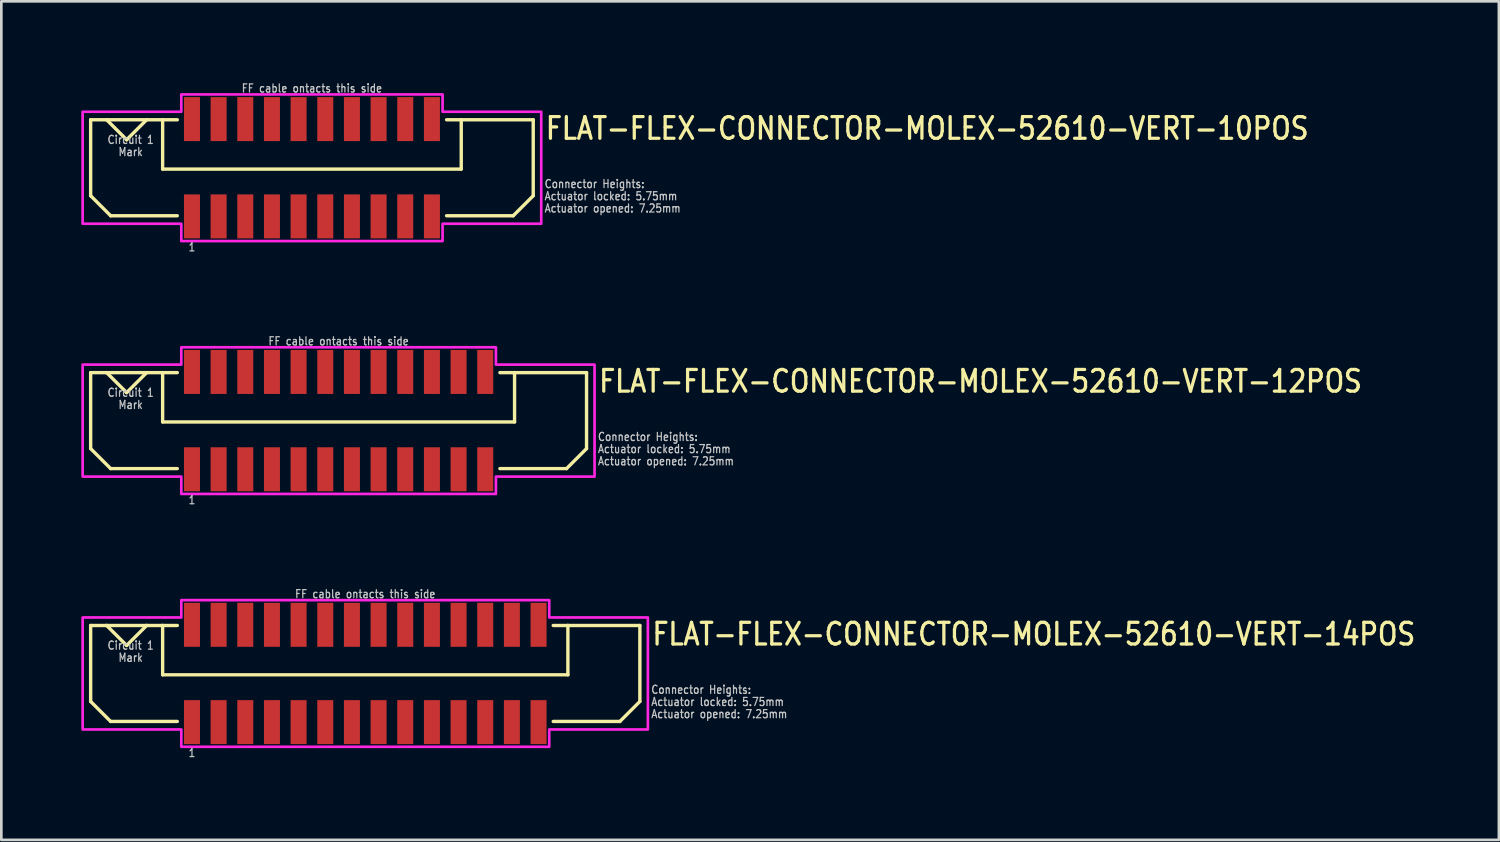
<source format=kicad_pcb>
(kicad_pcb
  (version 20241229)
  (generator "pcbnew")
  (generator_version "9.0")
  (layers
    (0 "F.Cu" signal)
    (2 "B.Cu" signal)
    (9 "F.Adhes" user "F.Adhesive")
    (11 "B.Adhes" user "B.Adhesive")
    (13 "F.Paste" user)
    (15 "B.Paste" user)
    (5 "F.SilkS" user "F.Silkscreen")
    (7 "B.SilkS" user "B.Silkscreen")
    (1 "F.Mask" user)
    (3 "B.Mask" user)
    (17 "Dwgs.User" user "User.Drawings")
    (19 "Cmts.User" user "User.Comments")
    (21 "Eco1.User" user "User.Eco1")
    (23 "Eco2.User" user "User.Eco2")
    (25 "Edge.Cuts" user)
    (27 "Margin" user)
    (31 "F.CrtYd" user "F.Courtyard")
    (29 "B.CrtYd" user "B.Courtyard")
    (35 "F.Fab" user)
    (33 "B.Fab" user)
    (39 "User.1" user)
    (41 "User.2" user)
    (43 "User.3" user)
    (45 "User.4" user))
  (footprint "FLAT-FLEX-CONNECTOR-MOLEX-52610-VERT-10POS"
    (layer "F.Cu")
    (at 8.65 3.242)
    (property "Reference" "FLAT-FLEX-CONNECTOR-MOLEX-52610-VERT-10POS" (at 8.7 -1 0) (unlocked yes) (layer "F.SilkS") (effects (font (size 0.813 0.695) (thickness 0.122)) (justify left bottom)))
    (fp_line (start -8.3 -1.8) (end -8.3 1.05) (stroke (width 0.127) (type solid)) (layer "F.SilkS"))
    (fp_line (start -8.3 1.05) (end -7.55 1.8) (stroke (width 0.127) (type solid)) (layer "F.SilkS"))
    (fp_line (start -7.7 -1.8) (end -8.3 -1.8) (stroke (width 0.127) (type solid)) (layer "F.SilkS"))
    (fp_line (start -7.7 -1.8) (end -6.95 -1.05) (stroke (width 0.127) (type solid)) (layer "F.SilkS"))
    (fp_line (start -7.55 1.8) (end -5.05 1.8) (stroke (width 0.127) (type solid)) (layer "F.SilkS"))
    (fp_line (start -6.95 -1.05) (end -6.2 -1.8) (stroke (width 0.127) (type solid)) (layer "F.SilkS"))
    (fp_line (start -6.2 -1.8) (end -7.7 -1.8) (stroke (width 0.127) (type solid)) (layer "F.SilkS"))
    (fp_line (start -5.6 -1.8) (end -6.2 -1.8) (stroke (width 0.127) (type solid)) (layer "F.SilkS"))
    (fp_line (start -5.6 -1.8) (end -5.6 0.05) (stroke (width 0.127) (type solid)) (layer "F.SilkS"))
    (fp_line (start -5.6 0.05) (end 5.6 0.05) (stroke (width 0.127) (type solid)) (layer "F.SilkS"))
    (fp_line (start -5.05 -1.8) (end -5.6 -1.8) (stroke (width 0.127) (type solid)) (layer "F.SilkS"))
    (fp_line (start 5.05 -1.8) (end 5.6 -1.8) (stroke (width 0.127) (type solid)) (layer "F.SilkS"))
    (fp_line (start 5.6 -1.8) (end 8.3 -1.8) (stroke (width 0.127) (type solid)) (layer "F.SilkS"))
    (fp_line (start 5.6 0.05) (end 5.6 -1.8) (stroke (width 0.127) (type solid)) (layer "F.SilkS"))
    (fp_line (start 7.55 1.8) (end 5.05 1.8) (stroke (width 0.127) (type solid)) (layer "F.SilkS"))
    (fp_line (start 8.3 -1.8) (end 8.3 1.05) (stroke (width 0.127) (type solid)) (layer "F.SilkS"))
    (fp_line (start 8.3 1.05) (end 7.55 1.8) (stroke (width 0.127) (type solid)) (layer "F.SilkS"))
    (fp_poly (pts (xy -8.6 -2.1) (xy -4.9 -2.1) (xy -4.9 -2.75) (xy 4.9 -2.75) (xy 4.9 -2.1) (xy 8.6 -2.1) (xy 8.6 2.1) (xy 4.9 2.1) (xy 4.9 2.75) (xy -4.9 2.75) (xy -4.9 2.1) (xy -8.6 2.1)) (stroke (width 0.1) (type solid)) (fill no) (layer "F.CrtYd"))
    (fp_text user "Circuit 1" (at -6.8 -1.229 0) (unlocked yes) (layer "Dwgs.User") (effects (font (size 0.305 0.261) (thickness 0.046)) (justify top)))
    (fp_text user "1" (at -4.5 2.8 0) (unlocked yes) (layer "Dwgs.User") (effects (font (size 0.305 0.261) (thickness 0.046)) (justify top)))
    (fp_text user "Connector Heights:" (at 8.7 0.786 0) (unlocked yes) (layer "Dwgs.User") (effects (font (size 0.305 0.261) (thickness 0.046)) (justify left bottom)))
    (fp_text user "Actuator opened: 7.25mm" (at 8.7 1.7 0) (unlocked yes) (layer "Dwgs.User") (effects (font (size 0.305 0.261) (thickness 0.046)) (justify left bottom)))
    (fp_text user "Mark" (at -6.8 -0.771 0) (unlocked yes) (layer "Dwgs.User") (effects (font (size 0.305 0.261) (thickness 0.046)) (justify top)))
    (fp_text user "Actuator locked: 5.75mm" (at 8.7 1.243 0) (unlocked yes) (layer "Dwgs.User") (effects (font (size 0.305 0.261) (thickness 0.046)) (justify left bottom)))
    (fp_text user "FF cable ontacts this side" (at 0 -2.8 0) (unlocked yes) (layer "Dwgs.User") (effects (font (size 0.305 0.261) (thickness 0.046)) (justify bottom)))
    (pad "PC1" smd rect (at -4.5 -1.825) (size 0.6 1.65) (layers "F.Cu" "F.Mask" "F.Paste"))
    (pad "PC2" smd rect (at -3.5 -1.825) (size 0.6 1.65) (layers "F.Cu" "F.Mask" "F.Paste"))
    (pad "PC3" smd rect (at -2.5 -1.825) (size 0.6 1.65) (layers "F.Cu" "F.Mask" "F.Paste"))
    (pad "PC4" smd rect (at -1.5 -1.825) (size 0.6 1.65) (layers "F.Cu" "F.Mask" "F.Paste"))
    (pad "PC5" smd rect (at -0.5 -1.825) (size 0.6 1.65) (layers "F.Cu" "F.Mask" "F.Paste"))
    (pad "PC6" smd rect (at 0.5 -1.825) (size 0.6 1.65) (layers "F.Cu" "F.Mask" "F.Paste"))
    (pad "PC7" smd rect (at 1.5 -1.825) (size 0.6 1.65) (layers "F.Cu" "F.Mask" "F.Paste"))
    (pad "PC8" smd rect (at 2.5 -1.825) (size 0.6 1.65) (layers "F.Cu" "F.Mask" "F.Paste"))
    (pad "PC9" smd rect (at 3.5 -1.825) (size 0.6 1.65) (layers "F.Cu" "F.Mask" "F.Paste"))
    (pad "PC10" smd rect (at 4.5 -1.825) (size 0.6 1.65) (layers "F.Cu" "F.Mask" "F.Paste"))
    (pad "PS1" smd rect (at -4.5 1.825) (size 0.6 1.65) (layers "F.Cu" "F.Mask" "F.Paste"))
    (pad "PS2" smd rect (at -3.5 1.825) (size 0.6 1.65) (layers "F.Cu" "F.Mask" "F.Paste"))
    (pad "PS3" smd rect (at -2.5 1.825) (size 0.6 1.65) (layers "F.Cu" "F.Mask" "F.Paste"))
    (pad "PS4" smd rect (at -1.5 1.825) (size 0.6 1.65) (layers "F.Cu" "F.Mask" "F.Paste"))
    (pad "PS5" smd rect (at -0.5 1.825) (size 0.6 1.65) (layers "F.Cu" "F.Mask" "F.Paste"))
    (pad "PS6" smd rect (at 0.5 1.825) (size 0.6 1.65) (layers "F.Cu" "F.Mask" "F.Paste"))
    (pad "PS7" smd rect (at 1.5 1.825) (size 0.6 1.65) (layers "F.Cu" "F.Mask" "F.Paste"))
    (pad "PS8" smd rect (at 2.5 1.825) (size 0.6 1.65) (layers "F.Cu" "F.Mask" "F.Paste"))
    (pad "PS9" smd rect (at 3.5 1.825) (size 0.6 1.65) (layers "F.Cu" "F.Mask" "F.Paste"))
    (pad "PS10" smd rect (at 4.5 1.825) (size 0.6 1.65) (layers "F.Cu" "F.Mask" "F.Paste")))
  (footprint "FLAT-FLEX-CONNECTOR-MOLEX-52610-VERT-14POS"
    (layer "F.Cu")
    (at 10.65 22.21)
    (property "Reference" "FLAT-FLEX-CONNECTOR-MOLEX-52610-VERT-14POS" (at 10.7 -1 0) (unlocked yes) (layer "F.SilkS") (effects (font (size 0.813 0.695) (thickness 0.122)) (justify left bottom)))
    (fp_line (start -10.3 -1.8) (end -10.3 1.05) (stroke (width 0.127) (type solid)) (layer "F.SilkS"))
    (fp_line (start -10.3 1.05) (end -9.55 1.8) (stroke (width 0.127) (type solid)) (layer "F.SilkS"))
    (fp_line (start -9.7 -1.8) (end -10.3 -1.8) (stroke (width 0.127) (type solid)) (layer "F.SilkS"))
    (fp_line (start -9.7 -1.8) (end -8.95 -1.05) (stroke (width 0.127) (type solid)) (layer "F.SilkS"))
    (fp_line (start -9.55 1.8) (end -7.05 1.8) (stroke (width 0.127) (type solid)) (layer "F.SilkS"))
    (fp_line (start -8.95 -1.05) (end -8.2 -1.8) (stroke (width 0.127) (type solid)) (layer "F.SilkS"))
    (fp_line (start -8.2 -1.8) (end -9.7 -1.8) (stroke (width 0.127) (type solid)) (layer "F.SilkS"))
    (fp_line (start -7.6 -1.8) (end -8.2 -1.8) (stroke (width 0.127) (type solid)) (layer "F.SilkS"))
    (fp_line (start -7.6 -1.8) (end -7.6 0.05) (stroke (width 0.127) (type solid)) (layer "F.SilkS"))
    (fp_line (start -7.6 0.05) (end 7.6 0.05) (stroke (width 0.127) (type solid)) (layer "F.SilkS"))
    (fp_line (start -7.05 -1.8) (end -7.6 -1.8) (stroke (width 0.127) (type solid)) (layer "F.SilkS"))
    (fp_line (start 7.05 -1.8) (end 7.6 -1.8) (stroke (width 0.127) (type solid)) (layer "F.SilkS"))
    (fp_line (start 7.6 -1.8) (end 10.3 -1.8) (stroke (width 0.127) (type solid)) (layer "F.SilkS"))
    (fp_line (start 7.6 0.05) (end 7.6 -1.8) (stroke (width 0.127) (type solid)) (layer "F.SilkS"))
    (fp_line (start 9.55 1.8) (end 7.05 1.8) (stroke (width 0.127) (type solid)) (layer "F.SilkS"))
    (fp_line (start 10.3 -1.8) (end 10.3 1.05) (stroke (width 0.127) (type solid)) (layer "F.SilkS"))
    (fp_line (start 10.3 1.05) (end 9.55 1.8) (stroke (width 0.127) (type solid)) (layer "F.SilkS"))
    (fp_poly (pts (xy -10.6 -2.1) (xy -6.9 -2.1) (xy -6.9 -2.75) (xy 6.9 -2.75) (xy 6.9 -2.1) (xy 10.6 -2.1) (xy 10.6 2.1) (xy 6.9 2.1) (xy 6.9 2.75) (xy -6.9 2.75) (xy -6.9 2.1) (xy -10.6 2.1)) (stroke (width 0.1) (type solid)) (fill no) (layer "F.CrtYd"))
    (fp_text user "Actuator locked: 5.75mm" (at 10.7 1.243 0) (unlocked yes) (layer "Dwgs.User") (effects (font (size 0.305 0.261) (thickness 0.046)) (justify left bottom)))
    (fp_text user "1" (at -6.5 2.8 0) (unlocked yes) (layer "Dwgs.User") (effects (font (size 0.305 0.261) (thickness 0.046)) (justify top)))
    (fp_text user "Actuator opened: 7.25mm" (at 10.7 1.7 0) (unlocked yes) (layer "Dwgs.User") (effects (font (size 0.305 0.261) (thickness 0.046)) (justify left bottom)))
    (fp_text user "Circuit 1" (at -8.8 -1.229 0) (unlocked yes) (layer "Dwgs.User") (effects (font (size 0.305 0.261) (thickness 0.046)) (justify top)))
    (fp_text user "Connector Heights:" (at 10.7 0.786 0) (unlocked yes) (layer "Dwgs.User") (effects (font (size 0.305 0.261) (thickness 0.046)) (justify left bottom)))
    (fp_text user "FF cable ontacts this side" (at 0 -2.8 0) (unlocked yes) (layer "Dwgs.User") (effects (font (size 0.305 0.261) (thickness 0.046)) (justify bottom)))
    (fp_text user "Mark" (at -8.8 -0.771 0) (unlocked yes) (layer "Dwgs.User") (effects (font (size 0.305 0.261) (thickness 0.046)) (justify top)))
    (pad "PC1" smd rect (at -6.5 -1.825) (size 0.6 1.65) (layers "F.Cu" "F.Mask" "F.Paste"))
    (pad "PC2" smd rect (at -5.5 -1.825) (size 0.6 1.65) (layers "F.Cu" "F.Mask" "F.Paste"))
    (pad "PC3" smd rect (at -4.5 -1.825) (size 0.6 1.65) (layers "F.Cu" "F.Mask" "F.Paste"))
    (pad "PC4" smd rect (at -3.5 -1.825) (size 0.6 1.65) (layers "F.Cu" "F.Mask" "F.Paste"))
    (pad "PC5" smd rect (at -2.5 -1.825) (size 0.6 1.65) (layers "F.Cu" "F.Mask" "F.Paste"))
    (pad "PC6" smd rect (at -1.5 -1.825) (size 0.6 1.65) (layers "F.Cu" "F.Mask" "F.Paste"))
    (pad "PC7" smd rect (at -0.5 -1.825) (size 0.6 1.65) (layers "F.Cu" "F.Mask" "F.Paste"))
    (pad "PC8" smd rect (at 0.5 -1.825) (size 0.6 1.65) (layers "F.Cu" "F.Mask" "F.Paste"))
    (pad "PC9" smd rect (at 1.5 -1.825) (size 0.6 1.65) (layers "F.Cu" "F.Mask" "F.Paste"))
    (pad "PC10" smd rect (at 2.5 -1.825) (size 0.6 1.65) (layers "F.Cu" "F.Mask" "F.Paste"))
    (pad "PC11" smd rect (at 3.5 -1.825) (size 0.6 1.65) (layers "F.Cu" "F.Mask" "F.Paste"))
    (pad "PC12" smd rect (at 4.5 -1.825) (size 0.6 1.65) (layers "F.Cu" "F.Mask" "F.Paste"))
    (pad "PC13" smd rect (at 5.5 -1.825) (size 0.6 1.65) (layers "F.Cu" "F.Mask" "F.Paste"))
    (pad "PC14" smd rect (at 6.5 -1.825) (size 0.6 1.65) (layers "F.Cu" "F.Mask" "F.Paste"))
    (pad "PS1" smd rect (at -6.5 1.825) (size 0.6 1.65) (layers "F.Cu" "F.Mask" "F.Paste"))
    (pad "PS2" smd rect (at -5.5 1.825) (size 0.6 1.65) (layers "F.Cu" "F.Mask" "F.Paste"))
    (pad "PS3" smd rect (at -4.5 1.825) (size 0.6 1.65) (layers "F.Cu" "F.Mask" "F.Paste"))
    (pad "PS4" smd rect (at -3.5 1.825) (size 0.6 1.65) (layers "F.Cu" "F.Mask" "F.Paste"))
    (pad "PS5" smd rect (at -2.5 1.825) (size 0.6 1.65) (layers "F.Cu" "F.Mask" "F.Paste"))
    (pad "PS6" smd rect (at -1.5 1.825) (size 0.6 1.65) (layers "F.Cu" "F.Mask" "F.Paste"))
    (pad "PS7" smd rect (at -0.5 1.825) (size 0.6 1.65) (layers "F.Cu" "F.Mask" "F.Paste"))
    (pad "PS8" smd rect (at 0.5 1.825) (size 0.6 1.65) (layers "F.Cu" "F.Mask" "F.Paste"))
    (pad "PS9" smd rect (at 1.5 1.825) (size 0.6 1.65) (layers "F.Cu" "F.Mask" "F.Paste"))
    (pad "PS10" smd rect (at 2.5 1.825) (size 0.6 1.65) (layers "F.Cu" "F.Mask" "F.Paste"))
    (pad "PS11" smd rect (at 3.5 1.825) (size 0.6 1.65) (layers "F.Cu" "F.Mask" "F.Paste"))
    (pad "PS12" smd rect (at 4.5 1.825) (size 0.6 1.65) (layers "F.Cu" "F.Mask" "F.Paste"))
    (pad "PS13" smd rect (at 5.5 1.825) (size 0.6 1.65) (layers "F.Cu" "F.Mask" "F.Paste"))
    (pad "PS14" smd rect (at 6.5 1.825) (size 0.6 1.65) (layers "F.Cu" "F.Mask" "F.Paste")))
  (footprint "FLAT-FLEX-CONNECTOR-MOLEX-52610-VERT-12POS"
    (layer "F.Cu")
    (at 9.65 12.726)
    (property "Reference" "FLAT-FLEX-CONNECTOR-MOLEX-52610-VERT-12POS" (at 9.7 -1 0) (unlocked yes) (layer "F.SilkS") (effects (font (size 0.813 0.695) (thickness 0.122)) (justify left bottom)))
    (fp_line (start -9.3 -1.8) (end -9.3 1.05) (stroke (width 0.127) (type solid)) (layer "F.SilkS"))
    (fp_line (start -9.3 1.05) (end -8.55 1.8) (stroke (width 0.127) (type solid)) (layer "F.SilkS"))
    (fp_line (start -8.7 -1.8) (end -9.3 -1.8) (stroke (width 0.127) (type solid)) (layer "F.SilkS"))
    (fp_line (start -8.7 -1.8) (end -7.95 -1.05) (stroke (width 0.127) (type solid)) (layer "F.SilkS"))
    (fp_line (start -8.55 1.8) (end -6.05 1.8) (stroke (width 0.127) (type solid)) (layer "F.SilkS"))
    (fp_line (start -7.95 -1.05) (end -7.2 -1.8) (stroke (width 0.127) (type solid)) (layer "F.SilkS"))
    (fp_line (start -7.2 -1.8) (end -8.7 -1.8) (stroke (width 0.127) (type solid)) (layer "F.SilkS"))
    (fp_line (start -6.6 -1.8) (end -7.2 -1.8) (stroke (width 0.127) (type solid)) (layer "F.SilkS"))
    (fp_line (start -6.6 -1.8) (end -6.6 0.05) (stroke (width 0.127) (type solid)) (layer "F.SilkS"))
    (fp_line (start -6.6 0.05) (end 6.6 0.05) (stroke (width 0.127) (type solid)) (layer "F.SilkS"))
    (fp_line (start -6.05 -1.8) (end -6.6 -1.8) (stroke (width 0.127) (type solid)) (layer "F.SilkS"))
    (fp_line (start 6.05 -1.8) (end 6.6 -1.8) (stroke (width 0.127) (type solid)) (layer "F.SilkS"))
    (fp_line (start 6.6 -1.8) (end 9.3 -1.8) (stroke (width 0.127) (type solid)) (layer "F.SilkS"))
    (fp_line (start 6.6 0.05) (end 6.6 -1.8) (stroke (width 0.127) (type solid)) (layer "F.SilkS"))
    (fp_line (start 8.55 1.8) (end 6.05 1.8) (stroke (width 0.127) (type solid)) (layer "F.SilkS"))
    (fp_line (start 9.3 -1.8) (end 9.3 1.05) (stroke (width 0.127) (type solid)) (layer "F.SilkS"))
    (fp_line (start 9.3 1.05) (end 8.55 1.8) (stroke (width 0.127) (type solid)) (layer "F.SilkS"))
    (fp_poly (pts (xy -9.6 -2.1) (xy -5.9 -2.1) (xy -5.9 -2.75) (xy 5.9 -2.75) (xy 5.9 -2.1) (xy 9.6 -2.1) (xy 9.6 2.1) (xy 5.9 2.1) (xy 5.9 2.75) (xy -5.9 2.75) (xy -5.9 2.1) (xy -9.6 2.1)) (stroke (width 0.1) (type solid)) (fill no) (layer "F.CrtYd"))
    (fp_text user "Actuator locked: 5.75mm" (at 9.7 1.243 0) (unlocked yes) (layer "Dwgs.User") (effects (font (size 0.305 0.261) (thickness 0.046)) (justify left bottom)))
    (fp_text user "Circuit 1" (at -7.8 -1.229 0) (unlocked yes) (layer "Dwgs.User") (effects (font (size 0.305 0.261) (thickness 0.046)) (justify top)))
    (fp_text user "Mark" (at -7.8 -0.771 0) (unlocked yes) (layer "Dwgs.User") (effects (font (size 0.305 0.261) (thickness 0.046)) (justify top)))
    (fp_text user "Actuator opened: 7.25mm" (at 9.7 1.7 0) (unlocked yes) (layer "Dwgs.User") (effects (font (size 0.305 0.261) (thickness 0.046)) (justify left bottom)))
    (fp_text user "Connector Heights:" (at 9.7 0.786 0) (unlocked yes) (layer "Dwgs.User") (effects (font (size 0.305 0.261) (thickness 0.046)) (justify left bottom)))
    (fp_text user "FF cable ontacts this side" (at 0 -2.8 0) (unlocked yes) (layer "Dwgs.User") (effects (font (size 0.305 0.261) (thickness 0.046)) (justify bottom)))
    (fp_text user "1" (at -5.5 2.8 0) (unlocked yes) (layer "Dwgs.User") (effects (font (size 0.305 0.261) (thickness 0.046)) (justify top)))
    (pad "PC1" smd rect (at -5.5 -1.825) (size 0.6 1.65) (layers "F.Cu" "F.Mask" "F.Paste"))
    (pad "PC2" smd rect (at -4.5 -1.825) (size 0.6 1.65) (layers "F.Cu" "F.Mask" "F.Paste"))
    (pad "PC3" smd rect (at -3.5 -1.825) (size 0.6 1.65) (layers "F.Cu" "F.Mask" "F.Paste"))
    (pad "PC4" smd rect (at -2.5 -1.825) (size 0.6 1.65) (layers "F.Cu" "F.Mask" "F.Paste"))
    (pad "PC5" smd rect (at -1.5 -1.825) (size 0.6 1.65) (layers "F.Cu" "F.Mask" "F.Paste"))
    (pad "PC6" smd rect (at -0.5 -1.825) (size 0.6 1.65) (layers "F.Cu" "F.Mask" "F.Paste"))
    (pad "PC7" smd rect (at 0.5 -1.825) (size 0.6 1.65) (layers "F.Cu" "F.Mask" "F.Paste"))
    (pad "PC8" smd rect (at 1.5 -1.825) (size 0.6 1.65) (layers "F.Cu" "F.Mask" "F.Paste"))
    (pad "PC9" smd rect (at 2.5 -1.825) (size 0.6 1.65) (layers "F.Cu" "F.Mask" "F.Paste"))
    (pad "PC10" smd rect (at 3.5 -1.825) (size 0.6 1.65) (layers "F.Cu" "F.Mask" "F.Paste"))
    (pad "PC11" smd rect (at 4.5 -1.825) (size 0.6 1.65) (layers "F.Cu" "F.Mask" "F.Paste"))
    (pad "PC12" smd rect (at 5.5 -1.825) (size 0.6 1.65) (layers "F.Cu" "F.Mask" "F.Paste"))
    (pad "PS1" smd rect (at -5.5 1.825) (size 0.6 1.65) (layers "F.Cu" "F.Mask" "F.Paste"))
    (pad "PS2" smd rect (at -4.5 1.825) (size 0.6 1.65) (layers "F.Cu" "F.Mask" "F.Paste"))
    (pad "PS3" smd rect (at -3.5 1.825) (size 0.6 1.65) (layers "F.Cu" "F.Mask" "F.Paste"))
    (pad "PS4" smd rect (at -2.5 1.825) (size 0.6 1.65) (layers "F.Cu" "F.Mask" "F.Paste"))
    (pad "PS5" smd rect (at -1.5 1.825) (size 0.6 1.65) (layers "F.Cu" "F.Mask" "F.Paste"))
    (pad "PS6" smd rect (at -0.5 1.825) (size 0.6 1.65) (layers "F.Cu" "F.Mask" "F.Paste"))
    (pad "PS7" smd rect (at 0.5 1.825) (size 0.6 1.65) (layers "F.Cu" "F.Mask" "F.Paste"))
    (pad "PS8" smd rect (at 1.5 1.825) (size 0.6 1.65) (layers "F.Cu" "F.Mask" "F.Paste"))
    (pad "PS9" smd rect (at 2.5 1.825) (size 0.6 1.65) (layers "F.Cu" "F.Mask" "F.Paste"))
    (pad "PS10" smd rect (at 3.5 1.825) (size 0.6 1.65) (layers "F.Cu" "F.Mask" "F.Paste"))
    (pad "PS11" smd rect (at 4.5 1.825) (size 0.6 1.65) (layers "F.Cu" "F.Mask" "F.Paste"))
    (pad "PS12" smd rect (at 5.5 1.825) (size 0.6 1.65) (layers "F.Cu" "F.Mask" "F.Paste")))
  (gr_rect
    (start -3 -3)
    (end 53.169 28.452)
    (stroke (width 0.1) (type default))
    (fill no)
    (layer "Edge.Cuts")))
</source>
